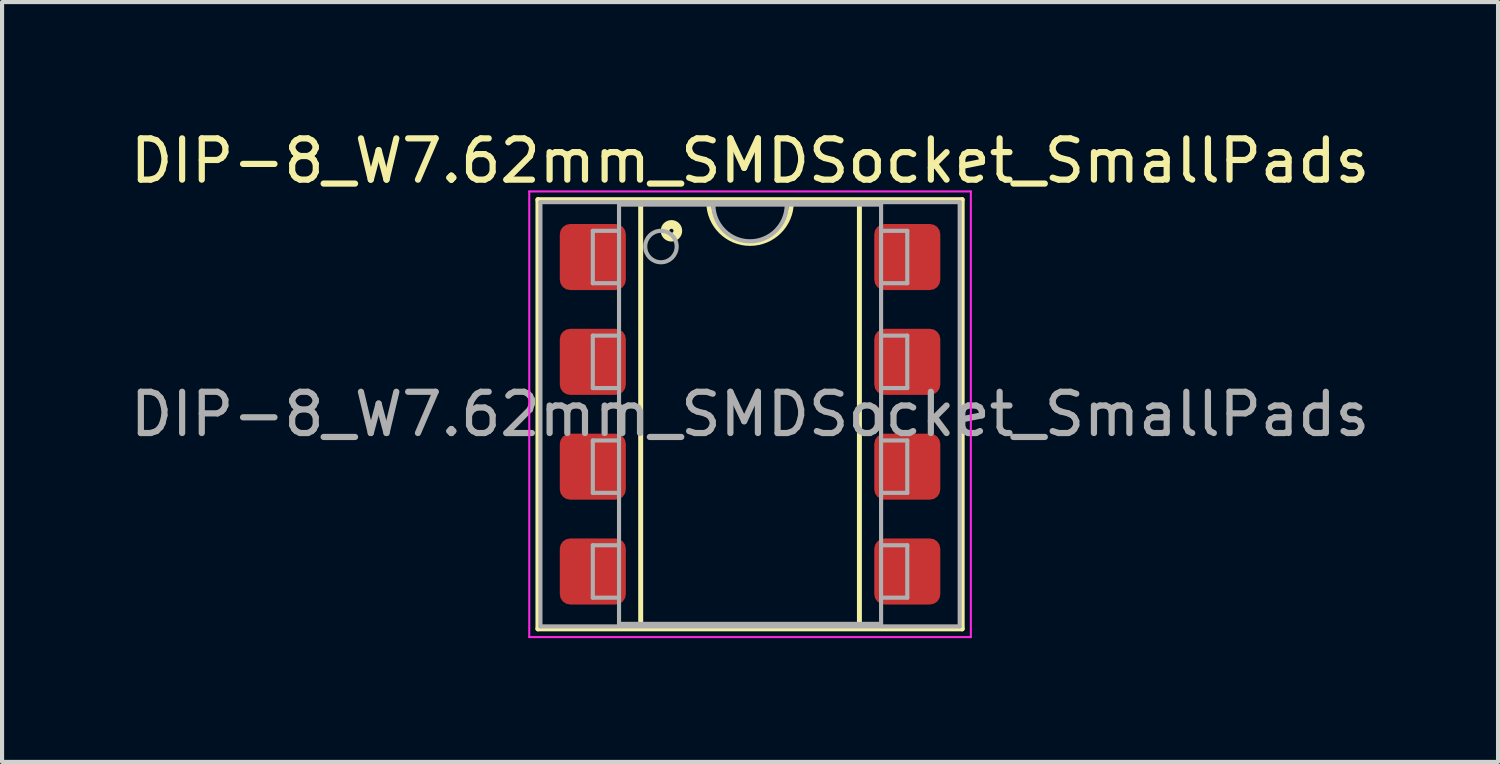
<source format=kicad_pcb>
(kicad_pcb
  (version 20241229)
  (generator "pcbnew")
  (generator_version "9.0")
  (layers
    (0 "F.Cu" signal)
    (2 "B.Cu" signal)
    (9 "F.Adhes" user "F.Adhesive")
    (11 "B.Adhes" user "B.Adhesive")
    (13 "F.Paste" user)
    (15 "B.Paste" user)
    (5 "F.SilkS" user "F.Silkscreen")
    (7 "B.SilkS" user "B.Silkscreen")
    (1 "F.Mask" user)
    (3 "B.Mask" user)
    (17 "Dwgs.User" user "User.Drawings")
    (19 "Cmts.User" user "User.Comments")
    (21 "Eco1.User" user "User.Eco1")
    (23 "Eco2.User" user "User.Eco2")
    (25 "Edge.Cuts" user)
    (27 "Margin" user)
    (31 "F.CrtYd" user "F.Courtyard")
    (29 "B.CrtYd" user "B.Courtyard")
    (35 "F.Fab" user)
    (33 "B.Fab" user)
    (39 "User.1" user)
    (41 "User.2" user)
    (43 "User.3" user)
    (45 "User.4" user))
  (footprint "DIP-8_W7.62mm_SMDSocket_SmallPads"
    (layer "F.Cu")
    (at 15.125 6.988)
    (property "Reference" "DIP-8_W7.62mm_SMDSocket_SmallPads" (at 0 -6.14 0) (layer "F.SilkS") (effects (font (size 1 1) (thickness 0.15))))
    (attr smd)
    (fp_line (start -5.14 -5.2) (end -5.14 5.2) (stroke (width 0.12) (type solid)) (layer "F.SilkS"))
    (fp_line (start -5.14 5.2) (end 5.14 5.2) (stroke (width 0.12) (type solid)) (layer "F.SilkS"))
    (fp_line (start -2.65 -5.14) (end -2.65 5.14) (stroke (width 0.12) (type solid)) (layer "F.SilkS"))
    (fp_line (start -2.65 5.14) (end 2.65 5.14) (stroke (width 0.12) (type solid)) (layer "F.SilkS"))
    (fp_line (start -1 -5.14) (end -2.65 -5.14) (stroke (width 0.12) (type solid)) (layer "F.SilkS"))
    (fp_line (start 2.65 -5.14) (end 1 -5.14) (stroke (width 0.12) (type solid)) (layer "F.SilkS"))
    (fp_line (start 2.65 5.14) (end 2.65 -5.14) (stroke (width 0.12) (type solid)) (layer "F.SilkS"))
    (fp_line (start 5.14 -5.2) (end -5.14 -5.2) (stroke (width 0.12) (type solid)) (layer "F.SilkS"))
    (fp_line (start 5.14 5.2) (end 5.14 -5.2) (stroke (width 0.12) (type solid)) (layer "F.SilkS"))
    (fp_arc (start 1 -5.14) (mid 0 -4.14) (end -1 -5.14) (stroke (width 0.12) (type solid)) (layer "F.SilkS"))
    (fp_circle (center -1.905 -4.445) (end -1.855 -4.445) (stroke (width 0.12) (type solid)) (fill no) (layer "F.SilkS"))
    (fp_circle (center -1.905 -4.445) (end -1.78 -4.445) (stroke (width 0.12) (type solid)) (fill no) (layer "F.SilkS"))
    (fp_circle (center -1.905 -4.445) (end -1.705 -4.445) (stroke (width 0.12) (type solid)) (fill no) (layer "F.SilkS"))
    (fp_line (start -5.35 -5.4) (end -5.35 5.4) (stroke (width 0.05) (type solid)) (layer "F.CrtYd"))
    (fp_line (start -5.35 5.4) (end 5.35 5.4) (stroke (width 0.05) (type solid)) (layer "F.CrtYd"))
    (fp_line (start 5.35 -5.4) (end -5.35 -5.4) (stroke (width 0.05) (type solid)) (layer "F.CrtYd"))
    (fp_line (start 5.35 5.4) (end 5.35 -5.4) (stroke (width 0.05) (type solid)) (layer "F.CrtYd"))
    (fp_line (start -5.08 -5.14) (end -5.08 5.14) (stroke (width 0.1) (type solid)) (layer "F.Fab"))
    (fp_line (start -5.08 5.14) (end 5.08 5.14) (stroke (width 0.1) (type solid)) (layer "F.Fab"))
    (fp_line (start -3.81 -4.445) (end -3.81 -3.175) (stroke (width 0.1) (type solid)) (layer "F.Fab"))
    (fp_line (start -3.81 -4.445) (end -3.175 -4.445) (stroke (width 0.1) (type solid)) (layer "F.Fab"))
    (fp_line (start -3.81 -3.175) (end -3.175 -3.175) (stroke (width 0.1) (type solid)) (layer "F.Fab"))
    (fp_line (start -3.81 -1.905) (end -3.81 -0.635) (stroke (width 0.1) (type solid)) (layer "F.Fab"))
    (fp_line (start -3.81 -1.905) (end -3.175 -1.905) (stroke (width 0.1) (type solid)) (layer "F.Fab"))
    (fp_line (start -3.81 -0.635) (end -3.175 -0.635) (stroke (width 0.1) (type solid)) (layer "F.Fab"))
    (fp_line (start -3.81 0.635) (end -3.81 1.905) (stroke (width 0.1) (type solid)) (layer "F.Fab"))
    (fp_line (start -3.81 0.635) (end -3.175 0.635) (stroke (width 0.1) (type solid)) (layer "F.Fab"))
    (fp_line (start -3.81 1.905) (end -3.175 1.905) (stroke (width 0.1) (type solid)) (layer "F.Fab"))
    (fp_line (start -3.81 3.175) (end -3.81 4.445) (stroke (width 0.1) (type solid)) (layer "F.Fab"))
    (fp_line (start -3.81 3.175) (end -3.175 3.175) (stroke (width 0.1) (type solid)) (layer "F.Fab"))
    (fp_line (start -3.81 4.445) (end -3.175 4.445) (stroke (width 0.1) (type solid)) (layer "F.Fab"))
    (fp_line (start -3.175 -5.08) (end 3.175 -5.08) (stroke (width 0.1) (type solid)) (layer "F.Fab"))
    (fp_line (start -3.175 5.08) (end -3.175 -5.08) (stroke (width 0.1) (type solid)) (layer "F.Fab"))
    (fp_line (start 3.175 -5.08) (end 3.175 5.08) (stroke (width 0.1) (type solid)) (layer "F.Fab"))
    (fp_line (start 3.175 5.08) (end -3.175 5.08) (stroke (width 0.1) (type solid)) (layer "F.Fab"))
    (fp_line (start 3.81 -4.445) (end 3.175 -4.445) (stroke (width 0.1) (type solid)) (layer "F.Fab"))
    (fp_line (start 3.81 -3.175) (end 3.175 -3.175) (stroke (width 0.1) (type solid)) (layer "F.Fab"))
    (fp_line (start 3.81 -3.175) (end 3.81 -4.445) (stroke (width 0.1) (type solid)) (layer "F.Fab"))
    (fp_line (start 3.81 -1.905) (end 3.175 -1.905) (stroke (width 0.1) (type solid)) (layer "F.Fab"))
    (fp_line (start 3.81 -0.635) (end 3.175 -0.635) (stroke (width 0.1) (type solid)) (layer "F.Fab"))
    (fp_line (start 3.81 -0.635) (end 3.81 -1.905) (stroke (width 0.1) (type solid)) (layer "F.Fab"))
    (fp_line (start 3.81 0.635) (end 3.175 0.635) (stroke (width 0.1) (type solid)) (layer "F.Fab"))
    (fp_line (start 3.81 1.905) (end 3.175 1.905) (stroke (width 0.1) (type solid)) (layer "F.Fab"))
    (fp_line (start 3.81 1.905) (end 3.81 0.635) (stroke (width 0.1) (type solid)) (layer "F.Fab"))
    (fp_line (start 3.81 3.175) (end 3.175 3.175) (stroke (width 0.1) (type solid)) (layer "F.Fab"))
    (fp_line (start 3.81 4.445) (end 3.175 4.445) (stroke (width 0.1) (type solid)) (layer "F.Fab"))
    (fp_line (start 3.81 4.445) (end 3.81 3.175) (stroke (width 0.1) (type solid)) (layer "F.Fab"))
    (fp_line (start 5.08 -5.14) (end -5.08 -5.14) (stroke (width 0.1) (type solid)) (layer "F.Fab"))
    (fp_line (start 5.08 5.14) (end 5.08 -5.14) (stroke (width 0.1) (type solid)) (layer "F.Fab"))
    (fp_arc (start 0.889 -5.08) (mid 0 -4.191) (end -0.889 -5.08) (stroke (width 0.1) (type solid)) (layer "F.Fab"))
    (fp_circle (center -2.159 -4.064) (end -1.778 -4.064) (stroke (width 0.1) (type solid)) (fill no) (layer "F.Fab"))
    (fp_text user "${REFERENCE}" (at 0 0 0) (layer "F.Fab") (effects (font (size 1 1) (thickness 0.15))))
    (pad "1" smd roundrect (at -3.81 -3.81) (size 1.6 1.6) (layers "F.Cu" "F.Mask" "F.Paste") (roundrect_rratio 0.156))
    (pad "2" smd roundrect (at -3.81 -1.27) (size 1.6 1.6) (layers "F.Cu" "F.Mask" "F.Paste") (roundrect_rratio 0.156))
    (pad "3" smd roundrect (at -3.81 1.27) (size 1.6 1.6) (layers "F.Cu" "F.Mask" "F.Paste") (roundrect_rratio 0.156))
    (pad "4" smd roundrect (at -3.81 3.81) (size 1.6 1.6) (layers "F.Cu" "F.Mask" "F.Paste") (roundrect_rratio 0.156))
    (pad "5" smd roundrect (at 3.81 3.81) (size 1.6 1.6) (layers "F.Cu" "F.Mask" "F.Paste") (roundrect_rratio 0.156))
    (pad "6" smd roundrect (at 3.81 1.27) (size 1.6 1.6) (layers "F.Cu" "F.Mask" "F.Paste") (roundrect_rratio 0.156))
    (pad "7" smd roundrect (at 3.81 -1.27) (size 1.6 1.6) (layers "F.Cu" "F.Mask" "F.Paste") (roundrect_rratio 0.156))
    (pad "8" smd roundrect (at 3.81 -3.81) (size 1.6 1.6) (layers "F.Cu" "F.Mask" "F.Paste") (roundrect_rratio 0.156)))
  (gr_rect
    (start -3 -3)
    (end 33.25 15.413)
    (stroke (width 0.1) (type default))
    (fill no)
    (layer "Edge.Cuts")))
</source>
